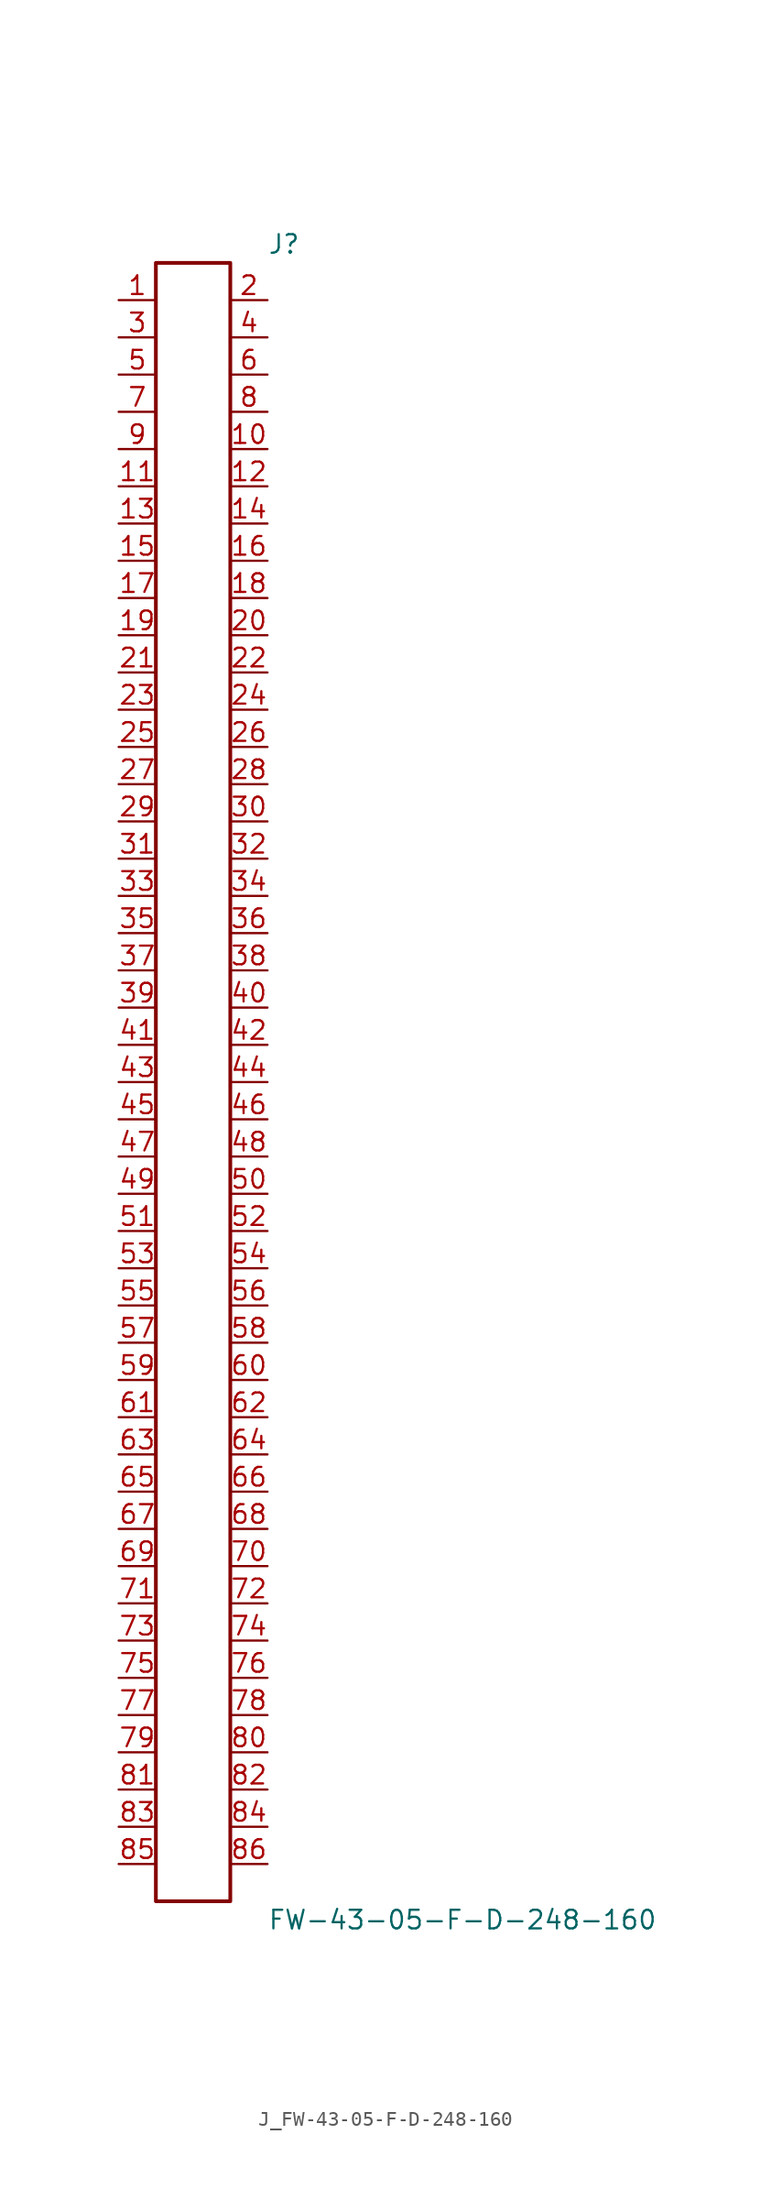
<source format=kicad_sym>
(kicad_symbol_lib
  (version 20231120)
  (generator kicad_symbol_editor)
  (generator_version 8.0)
  (symbol "J_FW-43-05-F-D-248-160"
    (pin_names
      (offset 0.254))
    (property "Reference" "J"
      (at 5.08 57.15 0)
      (effects (font (size 1.27 1.27)) (justify left)))
    (property "Value" "FW-43-05-F-D-248-160"
      (at 5.08 -57.15 0)
      (effects (font (size 1.27 1.27)) (justify left)))
    (symbol "J_FW-43-05-F-D-248-160_0_0"
      (pin passive line (at -5.08 53.34 0) (length 2.54) (name "" (effects (font (size 1.27 1.27)))) (number "1" (effects (font (size 1.27 1.27)))))
      (pin passive line (at 5.08 53.34 180) (length 2.54) (name "" (effects (font (size 1.27 1.27)))) (number "2" (effects (font (size 1.27 1.27)))))
      (pin passive line (at -5.08 50.8 0) (length 2.54) (name "" (effects (font (size 1.27 1.27)))) (number "3" (effects (font (size 1.27 1.27)))))
      (pin passive line (at 5.08 50.8 180) (length 2.54) (name "" (effects (font (size 1.27 1.27)))) (number "4" (effects (font (size 1.27 1.27)))))
      (pin passive line (at -5.08 48.26 0) (length 2.54) (name "" (effects (font (size 1.27 1.27)))) (number "5" (effects (font (size 1.27 1.27)))))
      (pin passive line (at 5.08 48.26 180) (length 2.54) (name "" (effects (font (size 1.27 1.27)))) (number "6" (effects (font (size 1.27 1.27)))))
      (pin passive line (at -5.08 45.72 0) (length 2.54) (name "" (effects (font (size 1.27 1.27)))) (number "7" (effects (font (size 1.27 1.27)))))
      (pin passive line (at 5.08 45.72 180) (length 2.54) (name "" (effects (font (size 1.27 1.27)))) (number "8" (effects (font (size 1.27 1.27)))))
      (pin passive line (at -5.08 43.18 0) (length 2.54) (name "" (effects (font (size 1.27 1.27)))) (number "9" (effects (font (size 1.27 1.27)))))
      (pin passive line (at 5.08 43.18 180) (length 2.54) (name "" (effects (font (size 1.27 1.27)))) (number "10" (effects (font (size 1.27 1.27)))))
      (pin passive line (at -5.08 40.64 0) (length 2.54) (name "" (effects (font (size 1.27 1.27)))) (number "11" (effects (font (size 1.27 1.27)))))
      (pin passive line (at 5.08 40.64 180) (length 2.54) (name "" (effects (font (size 1.27 1.27)))) (number "12" (effects (font (size 1.27 1.27)))))
      (pin passive line (at -5.08 38.1 0) (length 2.54) (name "" (effects (font (size 1.27 1.27)))) (number "13" (effects (font (size 1.27 1.27)))))
      (pin passive line (at 5.08 38.1 180) (length 2.54) (name "" (effects (font (size 1.27 1.27)))) (number "14" (effects (font (size 1.27 1.27)))))
      (pin passive line (at -5.08 35.56 0) (length 2.54) (name "" (effects (font (size 1.27 1.27)))) (number "15" (effects (font (size 1.27 1.27)))))
      (pin passive line (at 5.08 35.56 180) (length 2.54) (name "" (effects (font (size 1.27 1.27)))) (number "16" (effects (font (size 1.27 1.27)))))
      (pin passive line (at -5.08 33.02 0) (length 2.54) (name "" (effects (font (size 1.27 1.27)))) (number "17" (effects (font (size 1.27 1.27)))))
      (pin passive line (at 5.08 33.02 180) (length 2.54) (name "" (effects (font (size 1.27 1.27)))) (number "18" (effects (font (size 1.27 1.27)))))
      (pin passive line (at -5.08 30.48 0) (length 2.54) (name "" (effects (font (size 1.27 1.27)))) (number "19" (effects (font (size 1.27 1.27)))))
      (pin passive line (at 5.08 30.48 180) (length 2.54) (name "" (effects (font (size 1.27 1.27)))) (number "20" (effects (font (size 1.27 1.27)))))
      (pin passive line (at -5.08 27.94 0) (length 2.54) (name "" (effects (font (size 1.27 1.27)))) (number "21" (effects (font (size 1.27 1.27)))))
      (pin passive line (at 5.08 27.94 180) (length 2.54) (name "" (effects (font (size 1.27 1.27)))) (number "22" (effects (font (size 1.27 1.27)))))
      (pin passive line (at -5.08 25.4 0) (length 2.54) (name "" (effects (font (size 1.27 1.27)))) (number "23" (effects (font (size 1.27 1.27)))))
      (pin passive line (at 5.08 25.4 180) (length 2.54) (name "" (effects (font (size 1.27 1.27)))) (number "24" (effects (font (size 1.27 1.27)))))
      (pin passive line (at -5.08 22.86 0) (length 2.54) (name "" (effects (font (size 1.27 1.27)))) (number "25" (effects (font (size 1.27 1.27)))))
      (pin passive line (at 5.08 22.86 180) (length 2.54) (name "" (effects (font (size 1.27 1.27)))) (number "26" (effects (font (size 1.27 1.27)))))
      (pin passive line (at -5.08 20.32 0) (length 2.54) (name "" (effects (font (size 1.27 1.27)))) (number "27" (effects (font (size 1.27 1.27)))))
      (pin passive line (at 5.08 20.32 180) (length 2.54) (name "" (effects (font (size 1.27 1.27)))) (number "28" (effects (font (size 1.27 1.27)))))
      (pin passive line (at -5.08 17.78 0) (length 2.54) (name "" (effects (font (size 1.27 1.27)))) (number "29" (effects (font (size 1.27 1.27)))))
      (pin passive line (at 5.08 17.78 180) (length 2.54) (name "" (effects (font (size 1.27 1.27)))) (number "30" (effects (font (size 1.27 1.27)))))
      (pin passive line (at -5.08 15.24 0) (length 2.54) (name "" (effects (font (size 1.27 1.27)))) (number "31" (effects (font (size 1.27 1.27)))))
      (pin passive line (at 5.08 15.24 180) (length 2.54) (name "" (effects (font (size 1.27 1.27)))) (number "32" (effects (font (size 1.27 1.27)))))
      (pin passive line (at -5.08 12.7 0) (length 2.54) (name "" (effects (font (size 1.27 1.27)))) (number "33" (effects (font (size 1.27 1.27)))))
      (pin passive line (at 5.08 12.7 180) (length 2.54) (name "" (effects (font (size 1.27 1.27)))) (number "34" (effects (font (size 1.27 1.27)))))
      (pin passive line (at -5.08 10.16 0) (length 2.54) (name "" (effects (font (size 1.27 1.27)))) (number "35" (effects (font (size 1.27 1.27)))))
      (pin passive line (at 5.08 10.16 180) (length 2.54) (name "" (effects (font (size 1.27 1.27)))) (number "36" (effects (font (size 1.27 1.27)))))
      (pin passive line (at -5.08 7.62 0) (length 2.54) (name "" (effects (font (size 1.27 1.27)))) (number "37" (effects (font (size 1.27 1.27)))))
      (pin passive line (at 5.08 7.62 180) (length 2.54) (name "" (effects (font (size 1.27 1.27)))) (number "38" (effects (font (size 1.27 1.27)))))
      (pin passive line (at -5.08 5.08 0) (length 2.54) (name "" (effects (font (size 1.27 1.27)))) (number "39" (effects (font (size 1.27 1.27)))))
      (pin passive line (at 5.08 5.08 180) (length 2.54) (name "" (effects (font (size 1.27 1.27)))) (number "40" (effects (font (size 1.27 1.27)))))
      (pin passive line (at -5.08 2.54 0) (length 2.54) (name "" (effects (font (size 1.27 1.27)))) (number "41" (effects (font (size 1.27 1.27)))))
      (pin passive line (at 5.08 2.54 180) (length 2.54) (name "" (effects (font (size 1.27 1.27)))) (number "42" (effects (font (size 1.27 1.27)))))
      (pin passive line (at -5.08 0.0 0) (length 2.54) (name "" (effects (font (size 1.27 1.27)))) (number "43" (effects (font (size 1.27 1.27)))))
      (pin passive line (at 5.08 0.0 180) (length 2.54) (name "" (effects (font (size 1.27 1.27)))) (number "44" (effects (font (size 1.27 1.27)))))
      (pin passive line (at -5.08 -2.54 0) (length 2.54) (name "" (effects (font (size 1.27 1.27)))) (number "45" (effects (font (size 1.27 1.27)))))
      (pin passive line (at 5.08 -2.54 180) (length 2.54) (name "" (effects (font (size 1.27 1.27)))) (number "46" (effects (font (size 1.27 1.27)))))
      (pin passive line (at -5.08 -5.08 0) (length 2.54) (name "" (effects (font (size 1.27 1.27)))) (number "47" (effects (font (size 1.27 1.27)))))
      (pin passive line (at 5.08 -5.08 180) (length 2.54) (name "" (effects (font (size 1.27 1.27)))) (number "48" (effects (font (size 1.27 1.27)))))
      (pin passive line (at -5.08 -7.62 0) (length 2.54) (name "" (effects (font (size 1.27 1.27)))) (number "49" (effects (font (size 1.27 1.27)))))
      (pin passive line (at 5.08 -7.62 180) (length 2.54) (name "" (effects (font (size 1.27 1.27)))) (number "50" (effects (font (size 1.27 1.27)))))
      (pin passive line (at -5.08 -10.16 0) (length 2.54) (name "" (effects (font (size 1.27 1.27)))) (number "51" (effects (font (size 1.27 1.27)))))
      (pin passive line (at 5.08 -10.16 180) (length 2.54) (name "" (effects (font (size 1.27 1.27)))) (number "52" (effects (font (size 1.27 1.27)))))
      (pin passive line (at -5.08 -12.7 0) (length 2.54) (name "" (effects (font (size 1.27 1.27)))) (number "53" (effects (font (size 1.27 1.27)))))
      (pin passive line (at 5.08 -12.7 180) (length 2.54) (name "" (effects (font (size 1.27 1.27)))) (number "54" (effects (font (size 1.27 1.27)))))
      (pin passive line (at -5.08 -15.24 0) (length 2.54) (name "" (effects (font (size 1.27 1.27)))) (number "55" (effects (font (size 1.27 1.27)))))
      (pin passive line (at 5.08 -15.24 180) (length 2.54) (name "" (effects (font (size 1.27 1.27)))) (number "56" (effects (font (size 1.27 1.27)))))
      (pin passive line (at -5.08 -17.78 0) (length 2.54) (name "" (effects (font (size 1.27 1.27)))) (number "57" (effects (font (size 1.27 1.27)))))
      (pin passive line (at 5.08 -17.78 180) (length 2.54) (name "" (effects (font (size 1.27 1.27)))) (number "58" (effects (font (size 1.27 1.27)))))
      (pin passive line (at -5.08 -20.32 0) (length 2.54) (name "" (effects (font (size 1.27 1.27)))) (number "59" (effects (font (size 1.27 1.27)))))
      (pin passive line (at 5.08 -20.32 180) (length 2.54) (name "" (effects (font (size 1.27 1.27)))) (number "60" (effects (font (size 1.27 1.27)))))
      (pin passive line (at -5.08 -22.86 0) (length 2.54) (name "" (effects (font (size 1.27 1.27)))) (number "61" (effects (font (size 1.27 1.27)))))
      (pin passive line (at 5.08 -22.86 180) (length 2.54) (name "" (effects (font (size 1.27 1.27)))) (number "62" (effects (font (size 1.27 1.27)))))
      (pin passive line (at -5.08 -25.4 0) (length 2.54) (name "" (effects (font (size 1.27 1.27)))) (number "63" (effects (font (size 1.27 1.27)))))
      (pin passive line (at 5.08 -25.4 180) (length 2.54) (name "" (effects (font (size 1.27 1.27)))) (number "64" (effects (font (size 1.27 1.27)))))
      (pin passive line (at -5.08 -27.94 0) (length 2.54) (name "" (effects (font (size 1.27 1.27)))) (number "65" (effects (font (size 1.27 1.27)))))
      (pin passive line (at 5.08 -27.94 180) (length 2.54) (name "" (effects (font (size 1.27 1.27)))) (number "66" (effects (font (size 1.27 1.27)))))
      (pin passive line (at -5.08 -30.48 0) (length 2.54) (name "" (effects (font (size 1.27 1.27)))) (number "67" (effects (font (size 1.27 1.27)))))
      (pin passive line (at 5.08 -30.48 180) (length 2.54) (name "" (effects (font (size 1.27 1.27)))) (number "68" (effects (font (size 1.27 1.27)))))
      (pin passive line (at -5.08 -33.02 0) (length 2.54) (name "" (effects (font (size 1.27 1.27)))) (number "69" (effects (font (size 1.27 1.27)))))
      (pin passive line (at 5.08 -33.02 180) (length 2.54) (name "" (effects (font (size 1.27 1.27)))) (number "70" (effects (font (size 1.27 1.27)))))
      (pin passive line (at -5.08 -35.56 0) (length 2.54) (name "" (effects (font (size 1.27 1.27)))) (number "71" (effects (font (size 1.27 1.27)))))
      (pin passive line (at 5.08 -35.56 180) (length 2.54) (name "" (effects (font (size 1.27 1.27)))) (number "72" (effects (font (size 1.27 1.27)))))
      (pin passive line (at -5.08 -38.1 0) (length 2.54) (name "" (effects (font (size 1.27 1.27)))) (number "73" (effects (font (size 1.27 1.27)))))
      (pin passive line (at 5.08 -38.1 180) (length 2.54) (name "" (effects (font (size 1.27 1.27)))) (number "74" (effects (font (size 1.27 1.27)))))
      (pin passive line (at -5.08 -40.64 0) (length 2.54) (name "" (effects (font (size 1.27 1.27)))) (number "75" (effects (font (size 1.27 1.27)))))
      (pin passive line (at 5.08 -40.64 180) (length 2.54) (name "" (effects (font (size 1.27 1.27)))) (number "76" (effects (font (size 1.27 1.27)))))
      (pin passive line (at -5.08 -43.18 0) (length 2.54) (name "" (effects (font (size 1.27 1.27)))) (number "77" (effects (font (size 1.27 1.27)))))
      (pin passive line (at 5.08 -43.18 180) (length 2.54) (name "" (effects (font (size 1.27 1.27)))) (number "78" (effects (font (size 1.27 1.27)))))
      (pin passive line (at -5.08 -45.72 0) (length 2.54) (name "" (effects (font (size 1.27 1.27)))) (number "79" (effects (font (size 1.27 1.27)))))
      (pin passive line (at 5.08 -45.72 180) (length 2.54) (name "" (effects (font (size 1.27 1.27)))) (number "80" (effects (font (size 1.27 1.27)))))
      (pin passive line (at -5.08 -48.26 0) (length 2.54) (name "" (effects (font (size 1.27 1.27)))) (number "81" (effects (font (size 1.27 1.27)))))
      (pin passive line (at 5.08 -48.26 180) (length 2.54) (name "" (effects (font (size 1.27 1.27)))) (number "82" (effects (font (size 1.27 1.27)))))
      (pin passive line (at -5.08 -50.8 0) (length 2.54) (name "" (effects (font (size 1.27 1.27)))) (number "83" (effects (font (size 1.27 1.27)))))
      (pin passive line (at 5.08 -50.8 180) (length 2.54) (name "" (effects (font (size 1.27 1.27)))) (number "84" (effects (font (size 1.27 1.27)))))
      (pin passive line (at -5.08 -53.34 0) (length 2.54) (name "" (effects (font (size 1.27 1.27)))) (number "85" (effects (font (size 1.27 1.27)))))
      (pin passive line (at 5.08 -53.34 180) (length 2.54) (name "" (effects (font (size 1.27 1.27)))) (number "86" (effects (font (size 1.27 1.27))))))
    (symbol "J_FW-43-05-F-D-248-160_1_0"
      (rectangle (start -2.54 55.88) (end 2.54 -55.88) (stroke (width 0.254) (type solid)) (fill (type none))))))
</source>
